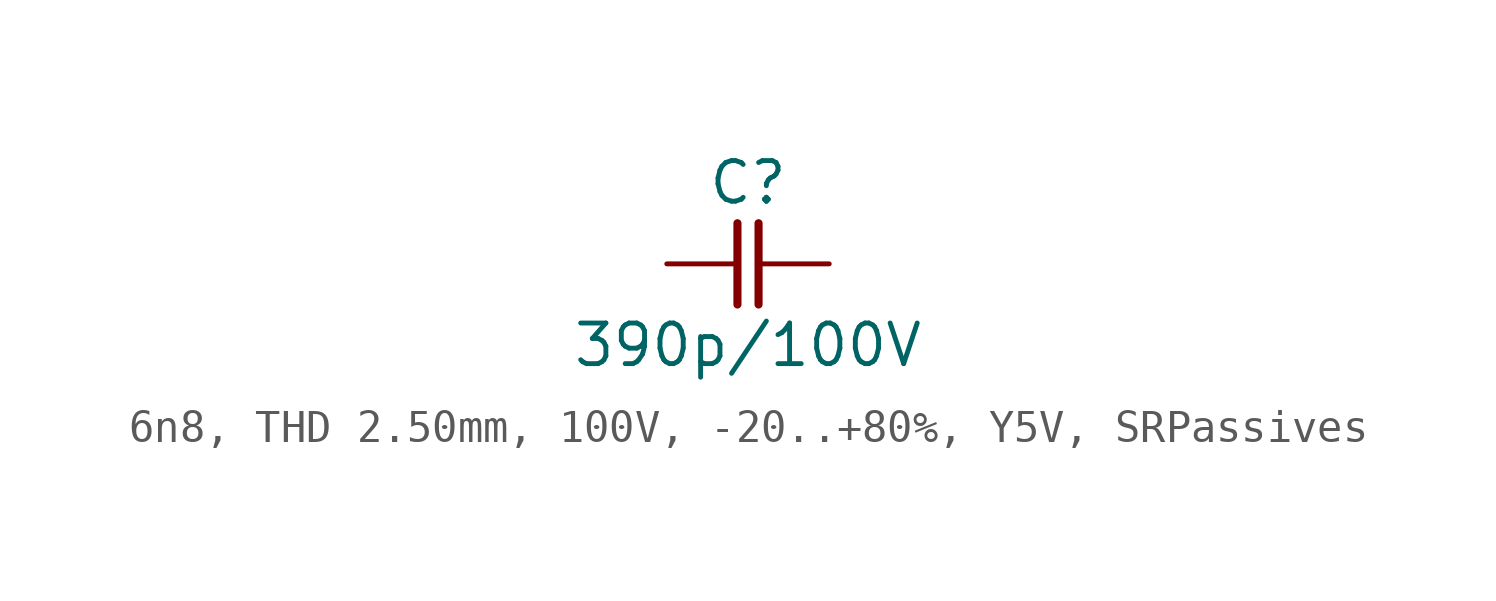
<source format=kicad_sym>
(kicad_symbol_lib
  (version 20241209)
  (generator "kicad_symbol_editor")
  (generator_version "9.0")
  (symbol "6n8, THD 2.50mm, 100V, -20..+80%, Y5V, SRPassives"
    (pin_numbers
      (hide yes))
    (pin_names
      (offset 0)
      (hide yes))
    (property "Reference" "C"
      (at 0 2.54 0)
      (effects (font (size 1.27 1.27))))
    (property "Value" "390p/100V"
      (at 0 -2.54 0)
      (effects (font (size 1.27 1.27))))
    (symbol "6n8, THD 2.50mm, 100V, -20..+80%, Y5V, SRPassives_0_1"
      (polyline (pts (xy -0.33 1.27) (xy -0.33 -1.27)) (stroke (width 0.254) (type default)) (fill (type none)))
      (polyline (pts (xy 0.33 1.27) (xy 0.33 -1.27)) (stroke (width 0.254) (type default)) (fill (type none))))
    (symbol "6n8, THD 2.50mm, 100V, -20..+80%, Y5V, SRPassives_1_1"
      (pin passive line (at -2.54 0 0) (length 2.21) (name "1" (effects (font (size 1.27 1.27)))) (number "1" (effects (font (size 1.27 1.27)))))
      (pin passive line (at 2.54 0 180) (length 2.21) (name "2" (effects (font (size 1.27 1.27)))) (number "2" (effects (font (size 1.27 1.27))))))))
</source>
